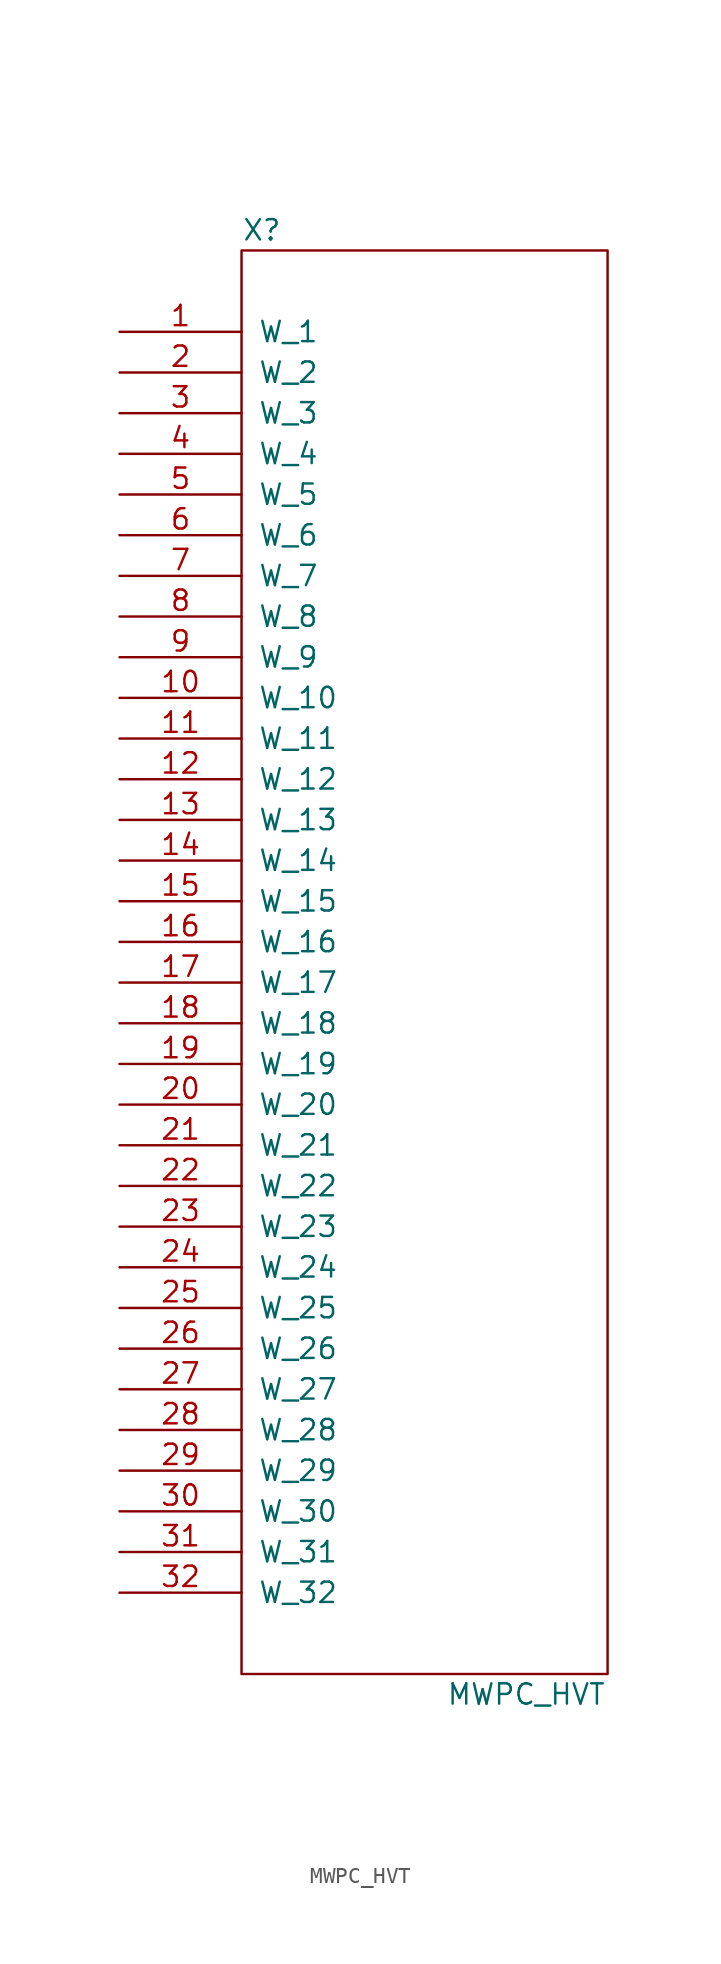
<source format=kicad_sym>
(kicad_symbol_lib
  (version 20211014)
  (generator kicad_symbol_editor)
  (symbol "MWPC_HVT"
    (pin_names
      (offset 1.016))
    (property "Reference" "X"
      (at -10.16 45.72 0)
      (effects (font (size 1.27 1.27))))
    (property "Value" "MWPC_HVT"
      (at 6.35 -45.72 0)
      (effects (font (size 1.27 1.27))))
    (symbol "MWPC_HVT_1_0"
      (rectangle (start -11.43 -44.45) (end 11.43 44.45) (stroke (width 0) (type default) (color 0 0 0 0)) (fill (type none))))
    (symbol "MWPC_HVT_1_1"
      (pin input line (at -19.05 39.37 0) (length 7.62) (name "W_1" (effects (font (size 1.27 1.27)))) (number "1" (effects (font (size 1.27 1.27)))))
      (pin input line (at -19.05 16.51 0) (length 7.62) (name "W_10" (effects (font (size 1.27 1.27)))) (number "10" (effects (font (size 1.27 1.27)))))
      (pin input line (at -19.05 13.97 0) (length 7.62) (name "W_11" (effects (font (size 1.27 1.27)))) (number "11" (effects (font (size 1.27 1.27)))))
      (pin input line (at -19.05 11.43 0) (length 7.62) (name "W_12" (effects (font (size 1.27 1.27)))) (number "12" (effects (font (size 1.27 1.27)))))
      (pin input line (at -19.05 8.89 0) (length 7.62) (name "W_13" (effects (font (size 1.27 1.27)))) (number "13" (effects (font (size 1.27 1.27)))))
      (pin input line (at -19.05 6.35 0) (length 7.62) (name "W_14" (effects (font (size 1.27 1.27)))) (number "14" (effects (font (size 1.27 1.27)))))
      (pin input line (at -19.05 3.81 0) (length 7.62) (name "W_15" (effects (font (size 1.27 1.27)))) (number "15" (effects (font (size 1.27 1.27)))))
      (pin input line (at -19.05 1.27 0) (length 7.62) (name "W_16" (effects (font (size 1.27 1.27)))) (number "16" (effects (font (size 1.27 1.27)))))
      (pin input line (at -19.05 -1.27 0) (length 7.62) (name "W_17" (effects (font (size 1.27 1.27)))) (number "17" (effects (font (size 1.27 1.27)))))
      (pin input line (at -19.05 -3.81 0) (length 7.62) (name "W_18" (effects (font (size 1.27 1.27)))) (number "18" (effects (font (size 1.27 1.27)))))
      (pin input line (at -19.05 -6.35 0) (length 7.62) (name "W_19" (effects (font (size 1.27 1.27)))) (number "19" (effects (font (size 1.27 1.27)))))
      (pin input line (at -19.05 36.83 0) (length 7.62) (name "W_2" (effects (font (size 1.27 1.27)))) (number "2" (effects (font (size 1.27 1.27)))))
      (pin input line (at -19.05 -8.89 0) (length 7.62) (name "W_20" (effects (font (size 1.27 1.27)))) (number "20" (effects (font (size 1.27 1.27)))))
      (pin input line (at -19.05 -11.43 0) (length 7.62) (name "W_21" (effects (font (size 1.27 1.27)))) (number "21" (effects (font (size 1.27 1.27)))))
      (pin input line (at -19.05 -13.97 0) (length 7.62) (name "W_22" (effects (font (size 1.27 1.27)))) (number "22" (effects (font (size 1.27 1.27)))))
      (pin input line (at -19.05 -16.51 0) (length 7.62) (name "W_23" (effects (font (size 1.27 1.27)))) (number "23" (effects (font (size 1.27 1.27)))))
      (pin input line (at -19.05 -19.05 0) (length 7.62) (name "W_24" (effects (font (size 1.27 1.27)))) (number "24" (effects (font (size 1.27 1.27)))))
      (pin input line (at -19.05 -21.59 0) (length 7.62) (name "W_25" (effects (font (size 1.27 1.27)))) (number "25" (effects (font (size 1.27 1.27)))))
      (pin input line (at -19.05 -24.13 0) (length 7.62) (name "W_26" (effects (font (size 1.27 1.27)))) (number "26" (effects (font (size 1.27 1.27)))))
      (pin input line (at -19.05 -26.67 0) (length 7.62) (name "W_27" (effects (font (size 1.27 1.27)))) (number "27" (effects (font (size 1.27 1.27)))))
      (pin input line (at -19.05 -29.21 0) (length 7.62) (name "W_28" (effects (font (size 1.27 1.27)))) (number "28" (effects (font (size 1.27 1.27)))))
      (pin input line (at -19.05 -31.75 0) (length 7.62) (name "W_29" (effects (font (size 1.27 1.27)))) (number "29" (effects (font (size 1.27 1.27)))))
      (pin input line (at -19.05 34.29 0) (length 7.62) (name "W_3" (effects (font (size 1.27 1.27)))) (number "3" (effects (font (size 1.27 1.27)))))
      (pin input line (at -19.05 -34.29 0) (length 7.62) (name "W_30" (effects (font (size 1.27 1.27)))) (number "30" (effects (font (size 1.27 1.27)))))
      (pin input line (at -19.05 -36.83 0) (length 7.62) (name "W_31" (effects (font (size 1.27 1.27)))) (number "31" (effects (font (size 1.27 1.27)))))
      (pin input line (at -19.05 -39.37 0) (length 7.62) (name "W_32" (effects (font (size 1.27 1.27)))) (number "32" (effects (font (size 1.27 1.27)))))
      (pin input line (at -19.05 31.75 0) (length 7.62) (name "W_4" (effects (font (size 1.27 1.27)))) (number "4" (effects (font (size 1.27 1.27)))))
      (pin input line (at -19.05 29.21 0) (length 7.62) (name "W_5" (effects (font (size 1.27 1.27)))) (number "5" (effects (font (size 1.27 1.27)))))
      (pin input line (at -19.05 26.67 0) (length 7.62) (name "W_6" (effects (font (size 1.27 1.27)))) (number "6" (effects (font (size 1.27 1.27)))))
      (pin input line (at -19.05 24.13 0) (length 7.62) (name "W_7" (effects (font (size 1.27 1.27)))) (number "7" (effects (font (size 1.27 1.27)))))
      (pin input line (at -19.05 21.59 0) (length 7.62) (name "W_8" (effects (font (size 1.27 1.27)))) (number "8" (effects (font (size 1.27 1.27)))))
      (pin input line (at -19.05 19.05 0) (length 7.62) (name "W_9" (effects (font (size 1.27 1.27)))) (number "9" (effects (font (size 1.27 1.27))))))))
</source>
